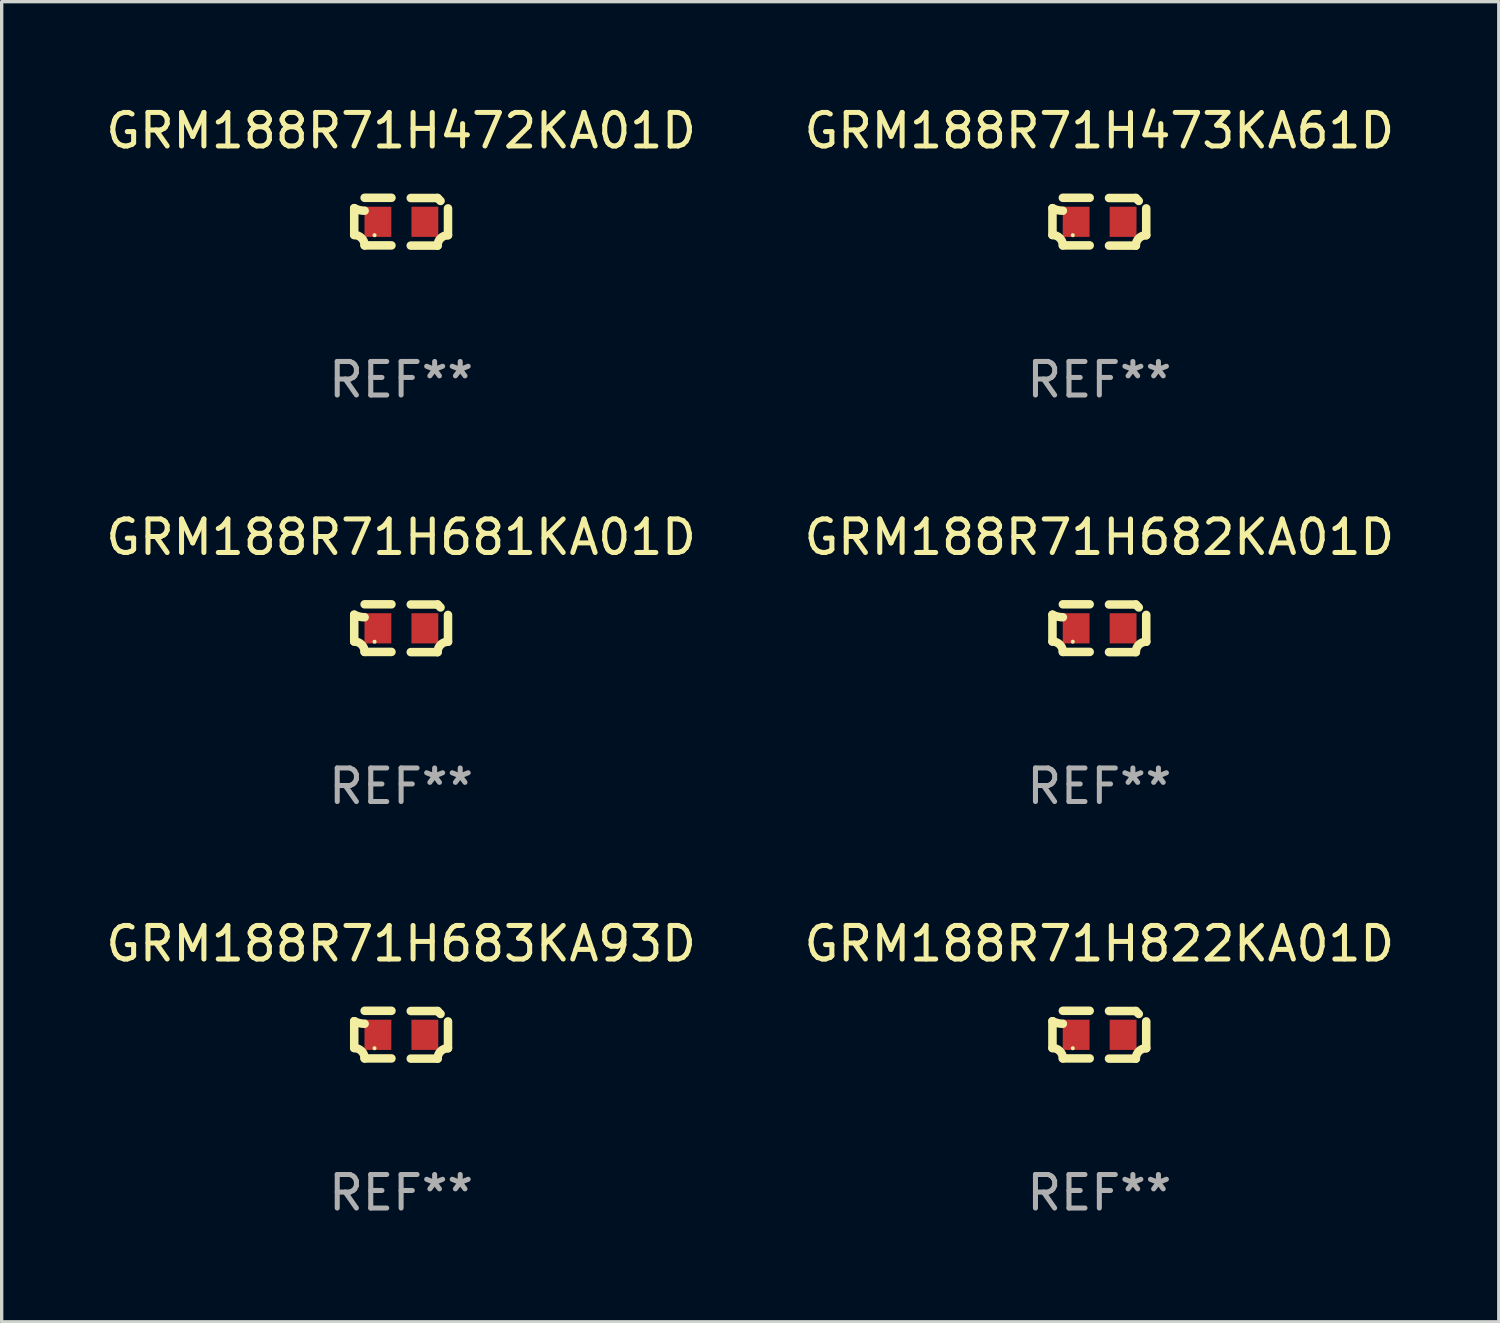
<source format=kicad_pcb>
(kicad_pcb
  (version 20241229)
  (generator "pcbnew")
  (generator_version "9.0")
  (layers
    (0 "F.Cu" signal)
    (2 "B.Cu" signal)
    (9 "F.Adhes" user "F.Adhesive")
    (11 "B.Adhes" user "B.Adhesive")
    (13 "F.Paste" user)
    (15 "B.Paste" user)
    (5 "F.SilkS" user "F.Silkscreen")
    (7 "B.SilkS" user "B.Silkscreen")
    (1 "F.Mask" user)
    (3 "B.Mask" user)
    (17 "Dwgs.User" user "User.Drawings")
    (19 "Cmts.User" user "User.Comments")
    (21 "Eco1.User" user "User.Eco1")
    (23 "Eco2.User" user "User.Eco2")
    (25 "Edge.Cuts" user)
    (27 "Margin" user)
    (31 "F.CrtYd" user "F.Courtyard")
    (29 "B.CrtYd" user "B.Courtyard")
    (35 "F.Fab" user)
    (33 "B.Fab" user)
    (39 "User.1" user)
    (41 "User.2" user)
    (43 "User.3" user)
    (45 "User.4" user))
  (footprint "GRM188R71H473KA61D"
    (layer "F.Cu")
    (at 29.732 3.561)
    (property "Reference" "GRM188R71H473KA61D" (at 0 -2.713 0) (layer "F.SilkS") (effects (font (size 1 1) (thickness 0.15))))
    (attr through_hole)
    (fp_line (start -1.398 -0.403) (end -1.398 0.397) (stroke (width 0.254) (type solid)) (layer "F.SilkS"))
    (fp_line (start -0.288 -0.713) (end -1.088 -0.713) (stroke (width 0.254) (type solid)) (layer "F.SilkS"))
    (fp_line (start -0.288 0.707) (end -1.088 0.707) (stroke (width 0.254) (type solid)) (layer "F.SilkS"))
    (fp_line (start 0.288 -0.707) (end 1.088 -0.707) (stroke (width 0.254) (type solid)) (layer "F.SilkS"))
    (fp_line (start 0.288 0.713) (end 1.088 0.713) (stroke (width 0.254) (type solid)) (layer "F.SilkS"))
    (fp_line (start 1.398 -0.397) (end 1.398 0.403) (stroke (width 0.254) (type solid)) (layer "F.SilkS"))
    (fp_arc (start -1.397789 0.397066) (mid -1.178701 0.487826) (end -1.08796 0.706922) (stroke (width 0.254001) (type solid)) (layer "F.SilkS"))
    (fp_arc (start -1.08796 -0.327176) (mid -1.247436 -0.346384) (end -1.39779 -0.402908) (stroke (width 0.254001) (type solid)) (layer "F.SilkS"))
    (fp_arc (start 1.087909 0.712738) (mid 1.178656 0.493655) (end 1.397739 0.402908) (stroke (width 0.254001) (type solid)) (layer "F.SilkS"))
    (fp_arc (start 1.175925 -0.618926) (mid 1.131917 -0.662923) (end 1.08791 -0.706922) (stroke (width 0.254001) (type solid)) (layer "F.SilkS"))
    (fp_circle (center -0.792 0.403) (end -0.762 0.403) (stroke (width 0.06) (type solid)) (fill no) (layer "F.SilkS"))
    (fp_text user "REF**" (at 0 4.713 0) (layer "F.Fab") (effects (font (size 1 1) (thickness 0.15))))
    (pad "1" smd rect (at -0.692 0.003) (size 0.8 0.9) (layers "F.Cu" "F.Mask" "F.Paste"))
    (pad "2" smd rect (at 0.708 0.003) (size 0.8 0.9) (layers "F.Cu" "F.Mask" "F.Paste")))
  (footprint "GRM188R71H683KA93D"
    (layer "F.Cu")
    (at 8.911 27.805)
    (property "Reference" "GRM188R71H683KA93D" (at 0 -2.713 0) (layer "F.SilkS") (effects (font (size 1 1) (thickness 0.15))))
    (attr through_hole)
    (fp_line (start -1.398 -0.403) (end -1.398 0.397) (stroke (width 0.254) (type solid)) (layer "F.SilkS"))
    (fp_line (start -0.288 -0.713) (end -1.088 -0.713) (stroke (width 0.254) (type solid)) (layer "F.SilkS"))
    (fp_line (start -0.288 0.707) (end -1.088 0.707) (stroke (width 0.254) (type solid)) (layer "F.SilkS"))
    (fp_line (start 0.288 -0.707) (end 1.088 -0.707) (stroke (width 0.254) (type solid)) (layer "F.SilkS"))
    (fp_line (start 0.288 0.713) (end 1.088 0.713) (stroke (width 0.254) (type solid)) (layer "F.SilkS"))
    (fp_line (start 1.398 -0.397) (end 1.398 0.403) (stroke (width 0.254) (type solid)) (layer "F.SilkS"))
    (fp_arc (start -1.397789 0.397066) (mid -1.178701 0.487826) (end -1.08796 0.706922) (stroke (width 0.254001) (type solid)) (layer "F.SilkS"))
    (fp_arc (start -1.08796 -0.327176) (mid -1.247436 -0.346384) (end -1.39779 -0.402908) (stroke (width 0.254001) (type solid)) (layer "F.SilkS"))
    (fp_arc (start 1.087909 0.712738) (mid 1.178656 0.493655) (end 1.397739 0.402908) (stroke (width 0.254001) (type solid)) (layer "F.SilkS"))
    (fp_arc (start 1.175925 -0.618926) (mid 1.131917 -0.662923) (end 1.08791 -0.706922) (stroke (width 0.254001) (type solid)) (layer "F.SilkS"))
    (fp_circle (center -0.792 0.403) (end -0.762 0.403) (stroke (width 0.06) (type solid)) (fill no) (layer "F.SilkS"))
    (fp_text user "REF**" (at 0 4.713 0) (layer "F.Fab") (effects (font (size 1 1) (thickness 0.15))))
    (pad "1" smd rect (at -0.692 0.003) (size 0.8 0.9) (layers "F.Cu" "F.Mask" "F.Paste"))
    (pad "2" smd rect (at 0.708 0.003) (size 0.8 0.9) (layers "F.Cu" "F.Mask" "F.Paste")))
  (footprint "GRM188R71H682KA01D"
    (layer "F.Cu")
    (at 29.732 15.683)
    (property "Reference" "GRM188R71H682KA01D" (at 0 -2.713 0) (layer "F.SilkS") (effects (font (size 1 1) (thickness 0.15))))
    (attr through_hole)
    (fp_line (start -1.398 -0.403) (end -1.398 0.397) (stroke (width 0.254) (type solid)) (layer "F.SilkS"))
    (fp_line (start -0.288 -0.713) (end -1.088 -0.713) (stroke (width 0.254) (type solid)) (layer "F.SilkS"))
    (fp_line (start -0.288 0.707) (end -1.088 0.707) (stroke (width 0.254) (type solid)) (layer "F.SilkS"))
    (fp_line (start 0.288 -0.707) (end 1.088 -0.707) (stroke (width 0.254) (type solid)) (layer "F.SilkS"))
    (fp_line (start 0.288 0.713) (end 1.088 0.713) (stroke (width 0.254) (type solid)) (layer "F.SilkS"))
    (fp_line (start 1.398 -0.397) (end 1.398 0.403) (stroke (width 0.254) (type solid)) (layer "F.SilkS"))
    (fp_arc (start -1.397789 0.397066) (mid -1.178701 0.487826) (end -1.08796 0.706922) (stroke (width 0.254001) (type solid)) (layer "F.SilkS"))
    (fp_arc (start -1.08796 -0.327176) (mid -1.247436 -0.346384) (end -1.39779 -0.402908) (stroke (width 0.254001) (type solid)) (layer "F.SilkS"))
    (fp_arc (start 1.087909 0.712738) (mid 1.178656 0.493655) (end 1.397739 0.402908) (stroke (width 0.254001) (type solid)) (layer "F.SilkS"))
    (fp_arc (start 1.175925 -0.618926) (mid 1.131917 -0.662923) (end 1.08791 -0.706922) (stroke (width 0.254001) (type solid)) (layer "F.SilkS"))
    (fp_circle (center -0.792 0.403) (end -0.762 0.403) (stroke (width 0.06) (type solid)) (fill no) (layer "F.SilkS"))
    (fp_text user "REF**" (at 0 4.713 0) (layer "F.Fab") (effects (font (size 1 1) (thickness 0.15))))
    (pad "1" smd rect (at -0.692 0.003) (size 0.8 0.9) (layers "F.Cu" "F.Mask" "F.Paste"))
    (pad "2" smd rect (at 0.708 0.003) (size 0.8 0.9) (layers "F.Cu" "F.Mask" "F.Paste")))
  (footprint "GRM188R71H822KA01D"
    (layer "F.Cu")
    (at 29.732 27.805)
    (property "Reference" "GRM188R71H822KA01D" (at 0 -2.713 0) (layer "F.SilkS") (effects (font (size 1 1) (thickness 0.15))))
    (attr through_hole)
    (fp_line (start -1.398 -0.403) (end -1.398 0.397) (stroke (width 0.254) (type solid)) (layer "F.SilkS"))
    (fp_line (start -0.288 -0.713) (end -1.088 -0.713) (stroke (width 0.254) (type solid)) (layer "F.SilkS"))
    (fp_line (start -0.288 0.707) (end -1.088 0.707) (stroke (width 0.254) (type solid)) (layer "F.SilkS"))
    (fp_line (start 0.288 -0.707) (end 1.088 -0.707) (stroke (width 0.254) (type solid)) (layer "F.SilkS"))
    (fp_line (start 0.288 0.713) (end 1.088 0.713) (stroke (width 0.254) (type solid)) (layer "F.SilkS"))
    (fp_line (start 1.398 -0.397) (end 1.398 0.403) (stroke (width 0.254) (type solid)) (layer "F.SilkS"))
    (fp_arc (start -1.397789 0.397066) (mid -1.178701 0.487826) (end -1.08796 0.706922) (stroke (width 0.254001) (type solid)) (layer "F.SilkS"))
    (fp_arc (start -1.08796 -0.327176) (mid -1.247436 -0.346384) (end -1.39779 -0.402908) (stroke (width 0.254001) (type solid)) (layer "F.SilkS"))
    (fp_arc (start 1.087909 0.712738) (mid 1.178656 0.493655) (end 1.397739 0.402908) (stroke (width 0.254001) (type solid)) (layer "F.SilkS"))
    (fp_arc (start 1.175925 -0.618926) (mid 1.131917 -0.662923) (end 1.08791 -0.706922) (stroke (width 0.254001) (type solid)) (layer "F.SilkS"))
    (fp_circle (center -0.792 0.403) (end -0.762 0.403) (stroke (width 0.06) (type solid)) (fill no) (layer "F.SilkS"))
    (fp_text user "REF**" (at 0 4.713 0) (layer "F.Fab") (effects (font (size 1 1) (thickness 0.15))))
    (pad "1" smd rect (at -0.692 0.003) (size 0.8 0.9) (layers "F.Cu" "F.Mask" "F.Paste"))
    (pad "2" smd rect (at 0.708 0.003) (size 0.8 0.9) (layers "F.Cu" "F.Mask" "F.Paste")))
  (footprint "GRM188R71H681KA01D"
    (layer "F.Cu")
    (at 8.911 15.683)
    (property "Reference" "GRM188R71H681KA01D" (at 0 -2.713 0) (layer "F.SilkS") (effects (font (size 1 1) (thickness 0.15))))
    (attr through_hole)
    (fp_line (start -1.398 -0.403) (end -1.398 0.397) (stroke (width 0.254) (type solid)) (layer "F.SilkS"))
    (fp_line (start -0.288 -0.713) (end -1.088 -0.713) (stroke (width 0.254) (type solid)) (layer "F.SilkS"))
    (fp_line (start -0.288 0.707) (end -1.088 0.707) (stroke (width 0.254) (type solid)) (layer "F.SilkS"))
    (fp_line (start 0.288 -0.707) (end 1.088 -0.707) (stroke (width 0.254) (type solid)) (layer "F.SilkS"))
    (fp_line (start 0.288 0.713) (end 1.088 0.713) (stroke (width 0.254) (type solid)) (layer "F.SilkS"))
    (fp_line (start 1.398 -0.397) (end 1.398 0.403) (stroke (width 0.254) (type solid)) (layer "F.SilkS"))
    (fp_arc (start -1.397789 0.397066) (mid -1.178701 0.487826) (end -1.08796 0.706922) (stroke (width 0.254001) (type solid)) (layer "F.SilkS"))
    (fp_arc (start -1.08796 -0.327176) (mid -1.247436 -0.346384) (end -1.39779 -0.402908) (stroke (width 0.254001) (type solid)) (layer "F.SilkS"))
    (fp_arc (start 1.087909 0.712738) (mid 1.178656 0.493655) (end 1.397739 0.402908) (stroke (width 0.254001) (type solid)) (layer "F.SilkS"))
    (fp_arc (start 1.175925 -0.618926) (mid 1.131917 -0.662923) (end 1.08791 -0.706922) (stroke (width 0.254001) (type solid)) (layer "F.SilkS"))
    (fp_circle (center -0.792 0.403) (end -0.762 0.403) (stroke (width 0.06) (type solid)) (fill no) (layer "F.SilkS"))
    (fp_text user "REF**" (at 0 4.713 0) (layer "F.Fab") (effects (font (size 1 1) (thickness 0.15))))
    (pad "1" smd rect (at -0.692 0.003) (size 0.8 0.9) (layers "F.Cu" "F.Mask" "F.Paste"))
    (pad "2" smd rect (at 0.708 0.003) (size 0.8 0.9) (layers "F.Cu" "F.Mask" "F.Paste")))
  (footprint "GRM188R71H472KA01D"
    (layer "F.Cu")
    (at 8.911 3.561)
    (property "Reference" "GRM188R71H472KA01D" (at 0 -2.713 0) (layer "F.SilkS") (effects (font (size 1 1) (thickness 0.15))))
    (attr through_hole)
    (fp_line (start -1.398 -0.403) (end -1.398 0.397) (stroke (width 0.254) (type solid)) (layer "F.SilkS"))
    (fp_line (start -0.288 -0.713) (end -1.088 -0.713) (stroke (width 0.254) (type solid)) (layer "F.SilkS"))
    (fp_line (start -0.288 0.707) (end -1.088 0.707) (stroke (width 0.254) (type solid)) (layer "F.SilkS"))
    (fp_line (start 0.288 -0.707) (end 1.088 -0.707) (stroke (width 0.254) (type solid)) (layer "F.SilkS"))
    (fp_line (start 0.288 0.713) (end 1.088 0.713) (stroke (width 0.254) (type solid)) (layer "F.SilkS"))
    (fp_line (start 1.398 -0.397) (end 1.398 0.403) (stroke (width 0.254) (type solid)) (layer "F.SilkS"))
    (fp_arc (start -1.397789 0.397066) (mid -1.178701 0.487826) (end -1.08796 0.706922) (stroke (width 0.254001) (type solid)) (layer "F.SilkS"))
    (fp_arc (start -1.08796 -0.327176) (mid -1.247436 -0.346384) (end -1.39779 -0.402908) (stroke (width 0.254001) (type solid)) (layer "F.SilkS"))
    (fp_arc (start 1.087909 0.712738) (mid 1.178656 0.493655) (end 1.397739 0.402908) (stroke (width 0.254001) (type solid)) (layer "F.SilkS"))
    (fp_arc (start 1.175925 -0.618926) (mid 1.131917 -0.662923) (end 1.08791 -0.706922) (stroke (width 0.254001) (type solid)) (layer "F.SilkS"))
    (fp_circle (center -0.792 0.403) (end -0.762 0.403) (stroke (width 0.06) (type solid)) (fill no) (layer "F.SilkS"))
    (fp_text user "REF**" (at 0 4.713 0) (layer "F.Fab") (effects (font (size 1 1) (thickness 0.15))))
    (pad "1" smd rect (at -0.692 0.003) (size 0.8 0.9) (layers "F.Cu" "F.Mask" "F.Paste"))
    (pad "2" smd rect (at 0.708 0.003) (size 0.8 0.9) (layers "F.Cu" "F.Mask" "F.Paste")))
  (gr_rect
    (start -3 -3)
    (end 41.643 36.366)
    (stroke (width 0.1) (type default))
    (fill no)
    (layer "Edge.Cuts")))
</source>
